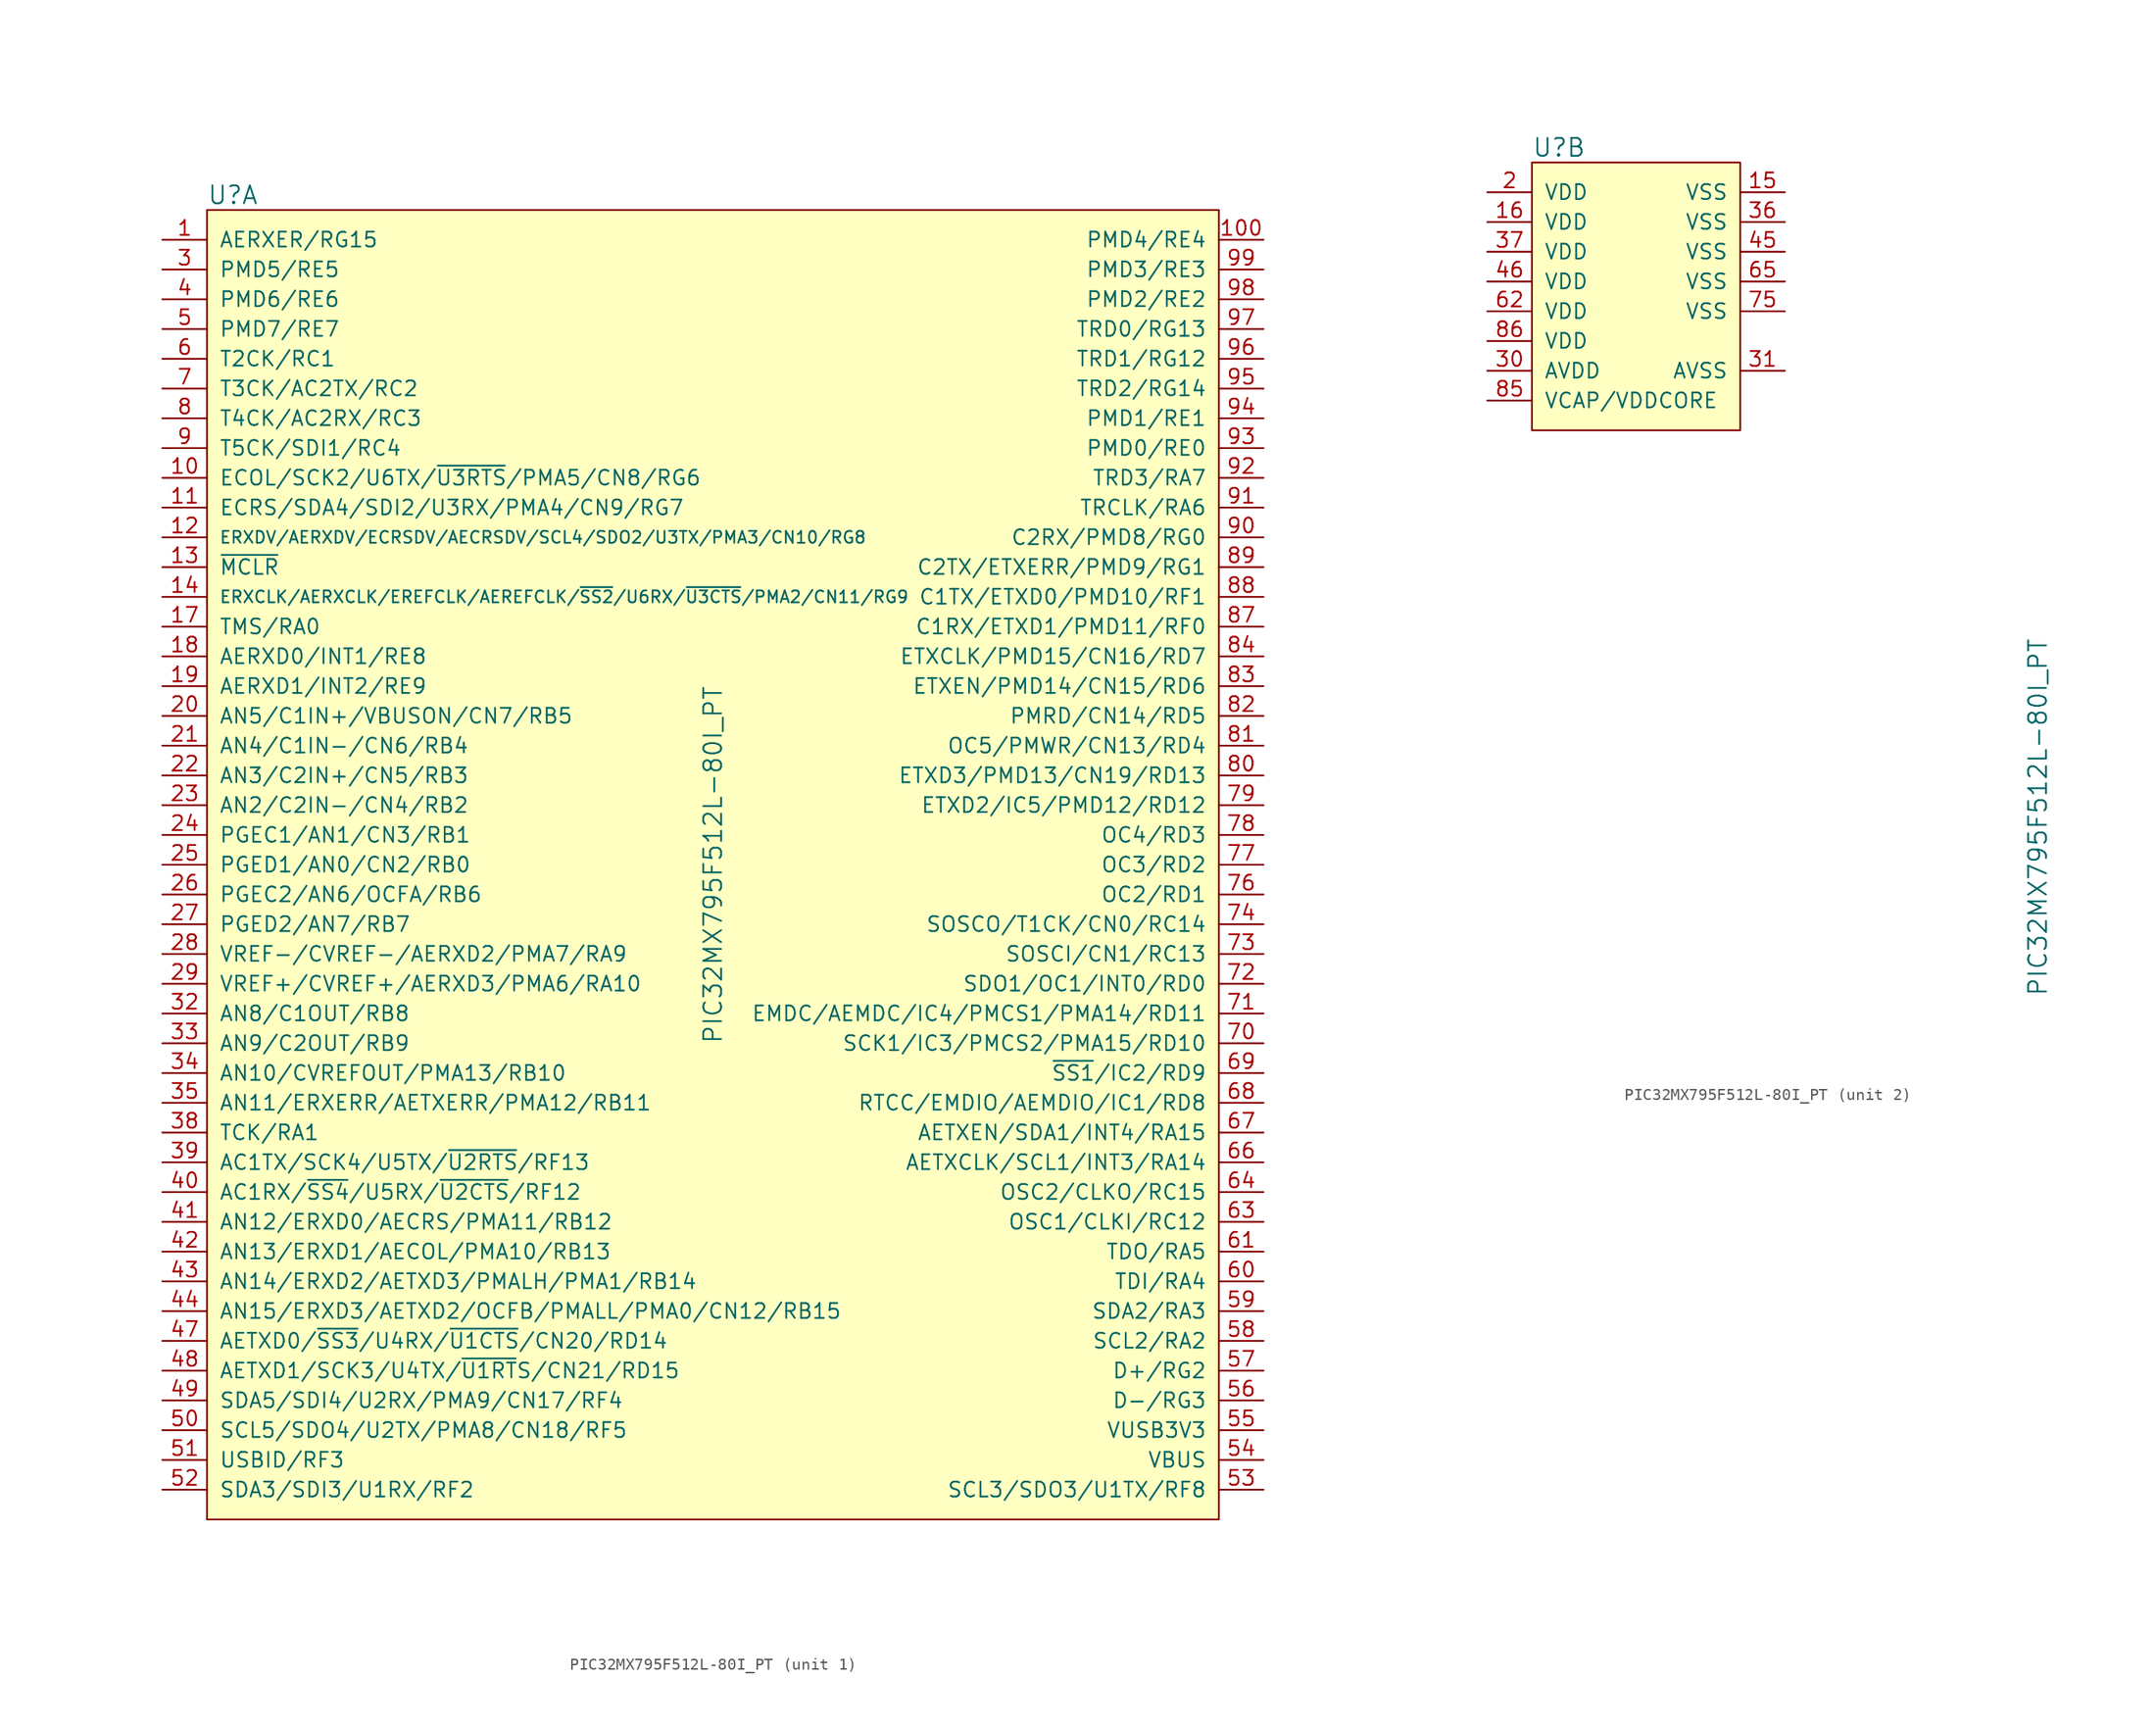
<source format=kicad_sym>
(kicad_symbol_lib
  (version 20231120)
  (generator "kicad_symbol_editor")
  (generator_version "8.0")
  (symbol "PIC32MX795F512L-80I_PT"
    (pin_names
      (offset 1.016))
    (property "Reference" "U"
      (at 1.27 1.27 0)
      (effects (font (size 1.524 1.524)) (justify left)))
    (property "Value" "PIC32MX795F512L-80I_PT"
      (at 44.45 -55.88 90)
      (effects (font (size 1.524 1.524))))
    (property "ki_locked" ""
      (at 0 0 0)
      (effects (font (size 1.27 1.27))))
    (symbol "PIC32MX795F512L-80I_PT_1_1"
      (rectangle (start 1.27 0) (end 87.63 -111.76) (stroke (width 0) (type default)) (fill (type background)))
      (pin bidirectional line (at -2.54 -2.54 0) (length 3.81) (name "AERXER/RG15" (effects (font (size 1.27 1.27)))) (number "1" (effects (font (size 1.27 1.27)))))
      (pin bidirectional line (at -2.54 -22.86 0) (length 3.81) (name "ECOL/SCK2/U6TX/~{U3RTS}/PMA5/CN8/RG6" (effects (font (size 1.27 1.27)))) (number "10" (effects (font (size 1.27 1.27)))))
      (pin bidirectional line (at 91.44 -2.54 180) (length 3.81) (name "PMD4/RE4" (effects (font (size 1.27 1.27)))) (number "100" (effects (font (size 1.27 1.27)))))
      (pin bidirectional line (at -2.54 -25.4 0) (length 3.81) (name "ECRS/SDA4/SDI2/U3RX/PMA4/CN9/RG7" (effects (font (size 1.27 1.27)))) (number "11" (effects (font (size 1.27 1.27)))))
      (pin bidirectional line (at -2.54 -27.94 0) (length 3.81) (name "ERXDV/AERXDV/ECRSDV/AECRSDV/SCL4/SDO2/U3TX/PMA3/CN10/RG8" (effects (font (size 1.016 1.016)))) (number "12" (effects (font (size 1.27 1.27)))))
      (pin input line (at -2.54 -30.48 0) (length 3.81) (name "~{MCLR}" (effects (font (size 1.27 1.27)))) (number "13" (effects (font (size 1.27 1.27)))))
      (pin bidirectional line (at -2.54 -33.02 0) (length 3.81) (name "ERXCLK/AERXCLK/EREFCLK/AEREFCLK/~{SS2}/U6RX/~{U3CTS}/PMA2/CN11/RG9" (effects (font (size 1.016 1.016)))) (number "14" (effects (font (size 1.27 1.27)))))
      (pin bidirectional line (at -2.54 -35.56 0) (length 3.81) (name "TMS/RA0" (effects (font (size 1.27 1.27)))) (number "17" (effects (font (size 1.27 1.27)))))
      (pin bidirectional line (at -2.54 -38.1 0) (length 3.81) (name "AERXD0/INT1/RE8" (effects (font (size 1.27 1.27)))) (number "18" (effects (font (size 1.27 1.27)))))
      (pin bidirectional line (at -2.54 -40.64 0) (length 3.81) (name "AERXD1/INT2/RE9" (effects (font (size 1.27 1.27)))) (number "19" (effects (font (size 1.27 1.27)))))
      (pin bidirectional line (at -2.54 -43.18 0) (length 3.81) (name "AN5/C1IN+/VBUSON/CN7/RB5" (effects (font (size 1.27 1.27)))) (number "20" (effects (font (size 1.27 1.27)))))
      (pin bidirectional line (at -2.54 -45.72 0) (length 3.81) (name "AN4/C1IN-/CN6/RB4" (effects (font (size 1.27 1.27)))) (number "21" (effects (font (size 1.27 1.27)))))
      (pin bidirectional line (at -2.54 -48.26 0) (length 3.81) (name "AN3/C2IN+/CN5/RB3" (effects (font (size 1.27 1.27)))) (number "22" (effects (font (size 1.27 1.27)))))
      (pin bidirectional line (at -2.54 -50.8 0) (length 3.81) (name "AN2/C2IN-/CN4/RB2" (effects (font (size 1.27 1.27)))) (number "23" (effects (font (size 1.27 1.27)))))
      (pin bidirectional line (at -2.54 -53.34 0) (length 3.81) (name "PGEC1/AN1/CN3/RB1" (effects (font (size 1.27 1.27)))) (number "24" (effects (font (size 1.27 1.27)))))
      (pin bidirectional line (at -2.54 -55.88 0) (length 3.81) (name "PGED1/AN0/CN2/RB0" (effects (font (size 1.27 1.27)))) (number "25" (effects (font (size 1.27 1.27)))))
      (pin bidirectional line (at -2.54 -58.42 0) (length 3.81) (name "PGEC2/AN6/OCFA/RB6" (effects (font (size 1.27 1.27)))) (number "26" (effects (font (size 1.27 1.27)))))
      (pin bidirectional line (at -2.54 -60.96 0) (length 3.81) (name "PGED2/AN7/RB7" (effects (font (size 1.27 1.27)))) (number "27" (effects (font (size 1.27 1.27)))))
      (pin bidirectional line (at -2.54 -63.5 0) (length 3.81) (name "VREF-/CVREF-/AERXD2/PMA7/RA9" (effects (font (size 1.27 1.27)))) (number "28" (effects (font (size 1.27 1.27)))))
      (pin bidirectional line (at -2.54 -66.04 0) (length 3.81) (name "VREF+/CVREF+/AERXD3/PMA6/RA10" (effects (font (size 1.27 1.27)))) (number "29" (effects (font (size 1.27 1.27)))))
      (pin bidirectional line (at -2.54 -5.08 0) (length 3.81) (name "PMD5/RE5" (effects (font (size 1.27 1.27)))) (number "3" (effects (font (size 1.27 1.27)))))
      (pin bidirectional line (at -2.54 -68.58 0) (length 3.81) (name "AN8/C1OUT/RB8" (effects (font (size 1.27 1.27)))) (number "32" (effects (font (size 1.27 1.27)))))
      (pin bidirectional line (at -2.54 -71.12 0) (length 3.81) (name "AN9/C2OUT/RB9" (effects (font (size 1.27 1.27)))) (number "33" (effects (font (size 1.27 1.27)))))
      (pin bidirectional line (at -2.54 -73.66 0) (length 3.81) (name "AN10/CVREFOUT/PMA13/RB10" (effects (font (size 1.27 1.27)))) (number "34" (effects (font (size 1.27 1.27)))))
      (pin bidirectional line (at -2.54 -76.2 0) (length 3.81) (name "AN11/ERXERR/AETXERR/PMA12/RB11" (effects (font (size 1.27 1.27)))) (number "35" (effects (font (size 1.27 1.27)))))
      (pin bidirectional line (at -2.54 -78.74 0) (length 3.81) (name "TCK/RA1" (effects (font (size 1.27 1.27)))) (number "38" (effects (font (size 1.27 1.27)))))
      (pin bidirectional line (at -2.54 -81.28 0) (length 3.81) (name "AC1TX/SCK4/U5TX/~{U2RTS}/RF13" (effects (font (size 1.27 1.27)))) (number "39" (effects (font (size 1.27 1.27)))))
      (pin bidirectional line (at -2.54 -7.62 0) (length 3.81) (name "PMD6/RE6" (effects (font (size 1.27 1.27)))) (number "4" (effects (font (size 1.27 1.27)))))
      (pin bidirectional line (at -2.54 -83.82 0) (length 3.81) (name "AC1RX/~{SS4}/U5RX/~{U2CTS}/RF12" (effects (font (size 1.27 1.27)))) (number "40" (effects (font (size 1.27 1.27)))))
      (pin bidirectional line (at -2.54 -86.36 0) (length 3.81) (name "AN12/ERXD0/AECRS/PMA11/RB12" (effects (font (size 1.27 1.27)))) (number "41" (effects (font (size 1.27 1.27)))))
      (pin bidirectional line (at -2.54 -88.9 0) (length 3.81) (name "AN13/ERXD1/AECOL/PMA10/RB13" (effects (font (size 1.27 1.27)))) (number "42" (effects (font (size 1.27 1.27)))))
      (pin bidirectional line (at -2.54 -91.44 0) (length 3.81) (name "AN14/ERXD2/AETXD3/PMALH/PMA1/RB14" (effects (font (size 1.27 1.27)))) (number "43" (effects (font (size 1.27 1.27)))))
      (pin bidirectional line (at -2.54 -93.98 0) (length 3.81) (name "AN15/ERXD3/AETXD2/OCFB/PMALL/PMA0/CN12/RB15" (effects (font (size 1.27 1.27)))) (number "44" (effects (font (size 1.27 1.27)))))
      (pin bidirectional line (at -2.54 -96.52 0) (length 3.81) (name "AETXD0/~{SS3}/U4RX/~{U1CTS}/CN20/RD14" (effects (font (size 1.27 1.27)))) (number "47" (effects (font (size 1.27 1.27)))))
      (pin bidirectional line (at -2.54 -99.06 0) (length 3.81) (name "AETXD1/SCK3/U4TX/~{U1RT}S/CN21/RD15" (effects (font (size 1.27 1.27)))) (number "48" (effects (font (size 1.27 1.27)))))
      (pin bidirectional line (at -2.54 -101.6 0) (length 3.81) (name "SDA5/SDI4/U2RX/PMA9/CN17/RF4" (effects (font (size 1.27 1.27)))) (number "49" (effects (font (size 1.27 1.27)))))
      (pin bidirectional line (at -2.54 -10.16 0) (length 3.81) (name "PMD7/RE7" (effects (font (size 1.27 1.27)))) (number "5" (effects (font (size 1.27 1.27)))))
      (pin bidirectional line (at -2.54 -104.14 0) (length 3.81) (name "SCL5/SDO4/U2TX/PMA8/CN18/RF5" (effects (font (size 1.27 1.27)))) (number "50" (effects (font (size 1.27 1.27)))))
      (pin bidirectional line (at -2.54 -106.68 0) (length 3.81) (name "USBID/RF3" (effects (font (size 1.27 1.27)))) (number "51" (effects (font (size 1.27 1.27)))))
      (pin bidirectional line (at -2.54 -109.22 0) (length 3.81) (name "SDA3/SDI3/U1RX/RF2" (effects (font (size 1.27 1.27)))) (number "52" (effects (font (size 1.27 1.27)))))
      (pin bidirectional line (at 91.44 -109.22 180) (length 3.81) (name "SCL3/SDO3/U1TX/RF8" (effects (font (size 1.27 1.27)))) (number "53" (effects (font (size 1.27 1.27)))))
      (pin bidirectional line (at 91.44 -106.68 180) (length 3.81) (name "VBUS" (effects (font (size 1.27 1.27)))) (number "54" (effects (font (size 1.27 1.27)))))
      (pin input line (at 91.44 -104.14 180) (length 3.81) (name "VUSB3V3" (effects (font (size 1.27 1.27)))) (number "55" (effects (font (size 1.27 1.27)))))
      (pin bidirectional line (at 91.44 -101.6 180) (length 3.81) (name "D-/RG3" (effects (font (size 1.27 1.27)))) (number "56" (effects (font (size 1.27 1.27)))))
      (pin bidirectional line (at 91.44 -99.06 180) (length 3.81) (name "D+/RG2" (effects (font (size 1.27 1.27)))) (number "57" (effects (font (size 1.27 1.27)))))
      (pin bidirectional line (at 91.44 -96.52 180) (length 3.81) (name "SCL2/RA2" (effects (font (size 1.27 1.27)))) (number "58" (effects (font (size 1.27 1.27)))))
      (pin bidirectional line (at 91.44 -93.98 180) (length 3.81) (name "SDA2/RA3" (effects (font (size 1.27 1.27)))) (number "59" (effects (font (size 1.27 1.27)))))
      (pin bidirectional line (at -2.54 -12.7 0) (length 3.81) (name "T2CK/RC1" (effects (font (size 1.27 1.27)))) (number "6" (effects (font (size 1.27 1.27)))))
      (pin bidirectional line (at 91.44 -91.44 180) (length 3.81) (name "TDI/RA4" (effects (font (size 1.27 1.27)))) (number "60" (effects (font (size 1.27 1.27)))))
      (pin bidirectional line (at 91.44 -88.9 180) (length 3.81) (name "TDO/RA5" (effects (font (size 1.27 1.27)))) (number "61" (effects (font (size 1.27 1.27)))))
      (pin bidirectional line (at 91.44 -86.36 180) (length 3.81) (name "OSC1/CLKI/RC12" (effects (font (size 1.27 1.27)))) (number "63" (effects (font (size 1.27 1.27)))))
      (pin bidirectional line (at 91.44 -83.82 180) (length 3.81) (name "OSC2/CLKO/RC15" (effects (font (size 1.27 1.27)))) (number "64" (effects (font (size 1.27 1.27)))))
      (pin bidirectional line (at 91.44 -81.28 180) (length 3.81) (name "AETXCLK/SCL1/INT3/RA14" (effects (font (size 1.27 1.27)))) (number "66" (effects (font (size 1.27 1.27)))))
      (pin bidirectional line (at 91.44 -78.74 180) (length 3.81) (name "AETXEN/SDA1/INT4/RA15" (effects (font (size 1.27 1.27)))) (number "67" (effects (font (size 1.27 1.27)))))
      (pin bidirectional line (at 91.44 -76.2 180) (length 3.81) (name "RTCC/EMDIO/AEMDIO/IC1/RD8" (effects (font (size 1.27 1.27)))) (number "68" (effects (font (size 1.27 1.27)))))
      (pin bidirectional line (at 91.44 -73.66 180) (length 3.81) (name "~{SS1}/IC2/RD9" (effects (font (size 1.27 1.27)))) (number "69" (effects (font (size 1.27 1.27)))))
      (pin bidirectional line (at -2.54 -15.24 0) (length 3.81) (name "T3CK/AC2TX/RC2" (effects (font (size 1.27 1.27)))) (number "7" (effects (font (size 1.27 1.27)))))
      (pin bidirectional line (at 91.44 -71.12 180) (length 3.81) (name "SCK1/IC3/PMCS2/PMA15/RD10" (effects (font (size 1.27 1.27)))) (number "70" (effects (font (size 1.27 1.27)))))
      (pin bidirectional line (at 91.44 -68.58 180) (length 3.81) (name "EMDC/AEMDC/IC4/PMCS1/PMA14/RD11" (effects (font (size 1.27 1.27)))) (number "71" (effects (font (size 1.27 1.27)))))
      (pin bidirectional line (at 91.44 -66.04 180) (length 3.81) (name "SDO1/OC1/INT0/RD0" (effects (font (size 1.27 1.27)))) (number "72" (effects (font (size 1.27 1.27)))))
      (pin bidirectional line (at 91.44 -63.5 180) (length 3.81) (name "SOSCI/CN1/RC13" (effects (font (size 1.27 1.27)))) (number "73" (effects (font (size 1.27 1.27)))))
      (pin bidirectional line (at 91.44 -60.96 180) (length 3.81) (name "SOSCO/T1CK/CN0/RC14" (effects (font (size 1.27 1.27)))) (number "74" (effects (font (size 1.27 1.27)))))
      (pin bidirectional line (at 91.44 -58.42 180) (length 3.81) (name "OC2/RD1" (effects (font (size 1.27 1.27)))) (number "76" (effects (font (size 1.27 1.27)))))
      (pin bidirectional line (at 91.44 -55.88 180) (length 3.81) (name "OC3/RD2" (effects (font (size 1.27 1.27)))) (number "77" (effects (font (size 1.27 1.27)))))
      (pin bidirectional line (at 91.44 -53.34 180) (length 3.81) (name "OC4/RD3" (effects (font (size 1.27 1.27)))) (number "78" (effects (font (size 1.27 1.27)))))
      (pin bidirectional line (at 91.44 -50.8 180) (length 3.81) (name "ETXD2/IC5/PMD12/RD12" (effects (font (size 1.27 1.27)))) (number "79" (effects (font (size 1.27 1.27)))))
      (pin bidirectional line (at -2.54 -17.78 0) (length 3.81) (name "T4CK/AC2RX/RC3" (effects (font (size 1.27 1.27)))) (number "8" (effects (font (size 1.27 1.27)))))
      (pin bidirectional line (at 91.44 -48.26 180) (length 3.81) (name "ETXD3/PMD13/CN19/RD13" (effects (font (size 1.27 1.27)))) (number "80" (effects (font (size 1.27 1.27)))))
      (pin bidirectional line (at 91.44 -45.72 180) (length 3.81) (name "OC5/PMWR/CN13/RD4" (effects (font (size 1.27 1.27)))) (number "81" (effects (font (size 1.27 1.27)))))
      (pin bidirectional line (at 91.44 -43.18 180) (length 3.81) (name "PMRD/CN14/RD5" (effects (font (size 1.27 1.27)))) (number "82" (effects (font (size 1.27 1.27)))))
      (pin bidirectional line (at 91.44 -40.64 180) (length 3.81) (name "ETXEN/PMD14/CN15/RD6" (effects (font (size 1.27 1.27)))) (number "83" (effects (font (size 1.27 1.27)))))
      (pin bidirectional line (at 91.44 -38.1 180) (length 3.81) (name "ETXCLK/PMD15/CN16/RD7" (effects (font (size 1.27 1.27)))) (number "84" (effects (font (size 1.27 1.27)))))
      (pin bidirectional line (at 91.44 -35.56 180) (length 3.81) (name "C1RX/ETXD1/PMD11/RF0" (effects (font (size 1.27 1.27)))) (number "87" (effects (font (size 1.27 1.27)))))
      (pin bidirectional line (at 91.44 -33.02 180) (length 3.81) (name "C1TX/ETXD0/PMD10/RF1" (effects (font (size 1.27 1.27)))) (number "88" (effects (font (size 1.27 1.27)))))
      (pin bidirectional line (at 91.44 -30.48 180) (length 3.81) (name "C2TX/ETXERR/PMD9/RG1" (effects (font (size 1.27 1.27)))) (number "89" (effects (font (size 1.27 1.27)))))
      (pin bidirectional line (at -2.54 -20.32 0) (length 3.81) (name "T5CK/SDI1/RC4" (effects (font (size 1.27 1.27)))) (number "9" (effects (font (size 1.27 1.27)))))
      (pin bidirectional line (at 91.44 -27.94 180) (length 3.81) (name "C2RX/PMD8/RG0" (effects (font (size 1.27 1.27)))) (number "90" (effects (font (size 1.27 1.27)))))
      (pin bidirectional line (at 91.44 -25.4 180) (length 3.81) (name "TRCLK/RA6" (effects (font (size 1.27 1.27)))) (number "91" (effects (font (size 1.27 1.27)))))
      (pin bidirectional line (at 91.44 -22.86 180) (length 3.81) (name "TRD3/RA7" (effects (font (size 1.27 1.27)))) (number "92" (effects (font (size 1.27 1.27)))))
      (pin bidirectional line (at 91.44 -20.32 180) (length 3.81) (name "PMD0/RE0" (effects (font (size 1.27 1.27)))) (number "93" (effects (font (size 1.27 1.27)))))
      (pin bidirectional line (at 91.44 -17.78 180) (length 3.81) (name "PMD1/RE1" (effects (font (size 1.27 1.27)))) (number "94" (effects (font (size 1.27 1.27)))))
      (pin bidirectional line (at 91.44 -15.24 180) (length 3.81) (name "TRD2/RG14" (effects (font (size 1.27 1.27)))) (number "95" (effects (font (size 1.27 1.27)))))
      (pin bidirectional line (at 91.44 -12.7 180) (length 3.81) (name "TRD1/RG12" (effects (font (size 1.27 1.27)))) (number "96" (effects (font (size 1.27 1.27)))))
      (pin bidirectional line (at 91.44 -10.16 180) (length 3.81) (name "TRD0/RG13" (effects (font (size 1.27 1.27)))) (number "97" (effects (font (size 1.27 1.27)))))
      (pin bidirectional line (at 91.44 -7.62 180) (length 3.81) (name "PMD2/RE2" (effects (font (size 1.27 1.27)))) (number "98" (effects (font (size 1.27 1.27)))))
      (pin bidirectional line (at 91.44 -5.08 180) (length 3.81) (name "PMD3/RE3" (effects (font (size 1.27 1.27)))) (number "99" (effects (font (size 1.27 1.27))))))
    (symbol "PIC32MX795F512L-80I_PT_2_1"
      (rectangle (start 1.27 0) (end 19.05 -22.86) (stroke (width 0) (type default)) (fill (type background)))
      (pin power_in line (at 22.86 -2.54 180) (length 3.81) (name "VSS" (effects (font (size 1.27 1.27)))) (number "15" (effects (font (size 1.27 1.27)))))
      (pin power_in line (at -2.54 -5.08 0) (length 3.81) (name "VDD" (effects (font (size 1.27 1.27)))) (number "16" (effects (font (size 1.27 1.27)))))
      (pin power_in line (at -2.54 -2.54 0) (length 3.81) (name "VDD" (effects (font (size 1.27 1.27)))) (number "2" (effects (font (size 1.27 1.27)))))
      (pin power_in line (at -2.54 -17.78 0) (length 3.81) (name "AVDD" (effects (font (size 1.27 1.27)))) (number "30" (effects (font (size 1.27 1.27)))))
      (pin power_in line (at 22.86 -17.78 180) (length 3.81) (name "AVSS" (effects (font (size 1.27 1.27)))) (number "31" (effects (font (size 1.27 1.27)))))
      (pin power_in line (at 22.86 -5.08 180) (length 3.81) (name "VSS" (effects (font (size 1.27 1.27)))) (number "36" (effects (font (size 1.27 1.27)))))
      (pin power_in line (at -2.54 -7.62 0) (length 3.81) (name "VDD" (effects (font (size 1.27 1.27)))) (number "37" (effects (font (size 1.27 1.27)))))
      (pin power_in line (at 22.86 -7.62 180) (length 3.81) (name "VSS" (effects (font (size 1.27 1.27)))) (number "45" (effects (font (size 1.27 1.27)))))
      (pin power_in line (at -2.54 -10.16 0) (length 3.81) (name "VDD" (effects (font (size 1.27 1.27)))) (number "46" (effects (font (size 1.27 1.27)))))
      (pin power_in line (at -2.54 -12.7 0) (length 3.81) (name "VDD" (effects (font (size 1.27 1.27)))) (number "62" (effects (font (size 1.27 1.27)))))
      (pin power_in line (at 22.86 -10.16 180) (length 3.81) (name "VSS" (effects (font (size 1.27 1.27)))) (number "65" (effects (font (size 1.27 1.27)))))
      (pin power_in line (at 22.86 -12.7 180) (length 3.81) (name "VSS" (effects (font (size 1.27 1.27)))) (number "75" (effects (font (size 1.27 1.27)))))
      (pin power_in line (at -2.54 -20.32 0) (length 3.81) (name "VCAP/VDDCORE" (effects (font (size 1.27 1.27)))) (number "85" (effects (font (size 1.27 1.27)))))
      (pin power_in line (at -2.54 -15.24 0) (length 3.81) (name "VDD" (effects (font (size 1.27 1.27)))) (number "86" (effects (font (size 1.27 1.27))))))))
</source>
